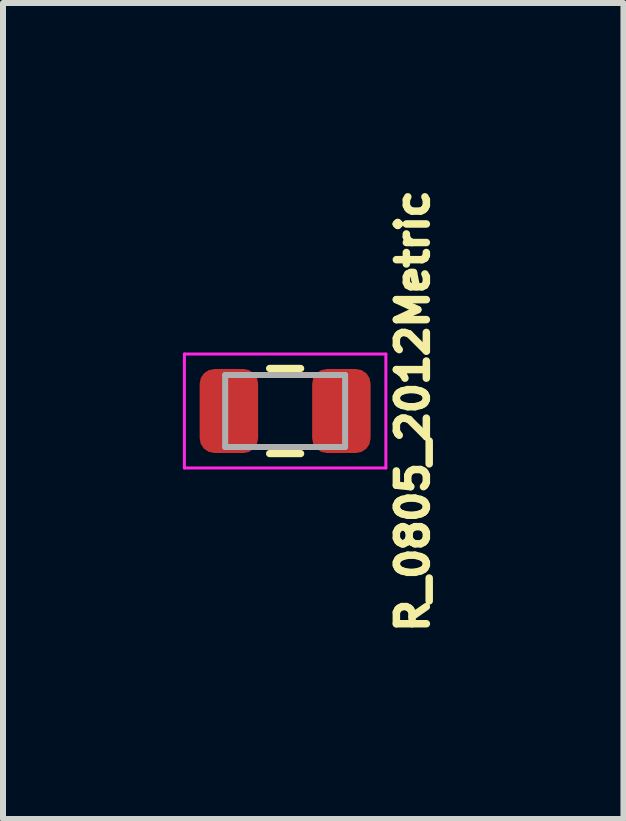
<source format=kicad_pcb>
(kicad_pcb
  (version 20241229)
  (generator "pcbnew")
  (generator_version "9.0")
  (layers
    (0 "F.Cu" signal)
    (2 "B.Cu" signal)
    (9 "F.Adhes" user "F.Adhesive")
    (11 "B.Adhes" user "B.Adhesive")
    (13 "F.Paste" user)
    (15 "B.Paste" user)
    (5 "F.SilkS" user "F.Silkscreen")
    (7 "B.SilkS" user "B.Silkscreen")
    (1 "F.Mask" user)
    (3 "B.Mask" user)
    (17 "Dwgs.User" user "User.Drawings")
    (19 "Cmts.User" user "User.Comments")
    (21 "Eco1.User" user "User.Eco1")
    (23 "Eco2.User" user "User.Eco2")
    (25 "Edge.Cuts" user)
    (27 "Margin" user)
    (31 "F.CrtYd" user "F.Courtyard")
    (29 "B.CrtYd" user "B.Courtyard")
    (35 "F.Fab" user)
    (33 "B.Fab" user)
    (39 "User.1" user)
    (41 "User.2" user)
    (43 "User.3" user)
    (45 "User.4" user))
  (footprint "R_0805_2012Metric"
    (layer "F.Cu")
    (at 1.705 3.804)
    (property "Reference" "R_0805_2012Metric" (at 2.13 0 270) (layer "F.SilkS") (effects (font (size 0.5 0.5) (thickness 0.125))))
    (attr smd)
    (fp_line (start -0.259 -0.71) (end 0.259 -0.71) (stroke (width 0.12) (type solid)) (layer "F.SilkS"))
    (fp_line (start -0.259 0.71) (end 0.259 0.71) (stroke (width 0.12) (type solid)) (layer "F.SilkS"))
    (fp_line (start -1.68 -0.95) (end 1.68 -0.95) (stroke (width 0.05) (type solid)) (layer "F.CrtYd"))
    (fp_line (start -1.68 0.95) (end -1.68 -0.95) (stroke (width 0.05) (type solid)) (layer "F.CrtYd"))
    (fp_line (start 1.68 -0.95) (end 1.68 0.95) (stroke (width 0.05) (type solid)) (layer "F.CrtYd"))
    (fp_line (start 1.68 0.95) (end -1.68 0.95) (stroke (width 0.05) (type solid)) (layer "F.CrtYd"))
    (fp_line (start -1 -0.6) (end 1 -0.6) (stroke (width 0.1) (type solid)) (layer "F.Fab"))
    (fp_line (start -1 0.6) (end -1 -0.6) (stroke (width 0.1) (type solid)) (layer "F.Fab"))
    (fp_line (start 1 -0.6) (end 1 0.6) (stroke (width 0.1) (type solid)) (layer "F.Fab"))
    (fp_line (start 1 0.6) (end -1 0.6) (stroke (width 0.1) (type solid)) (layer "F.Fab"))
    (pad "1" smd roundrect (at -0.938 0) (size 0.975 1.4) (layers "F.Cu" "F.Mask" "F.Paste") (roundrect_rratio 0.25))
    (pad "2" smd roundrect (at 0.938 0) (size 0.975 1.4) (layers "F.Cu" "F.Mask" "F.Paste") (roundrect_rratio 0.25)))
  (gr_rect
    (start -3 -3)
    (end 7.347 10.608)
    (stroke (width 0.1) (type default))
    (fill no)
    (layer "Edge.Cuts")))
</source>
